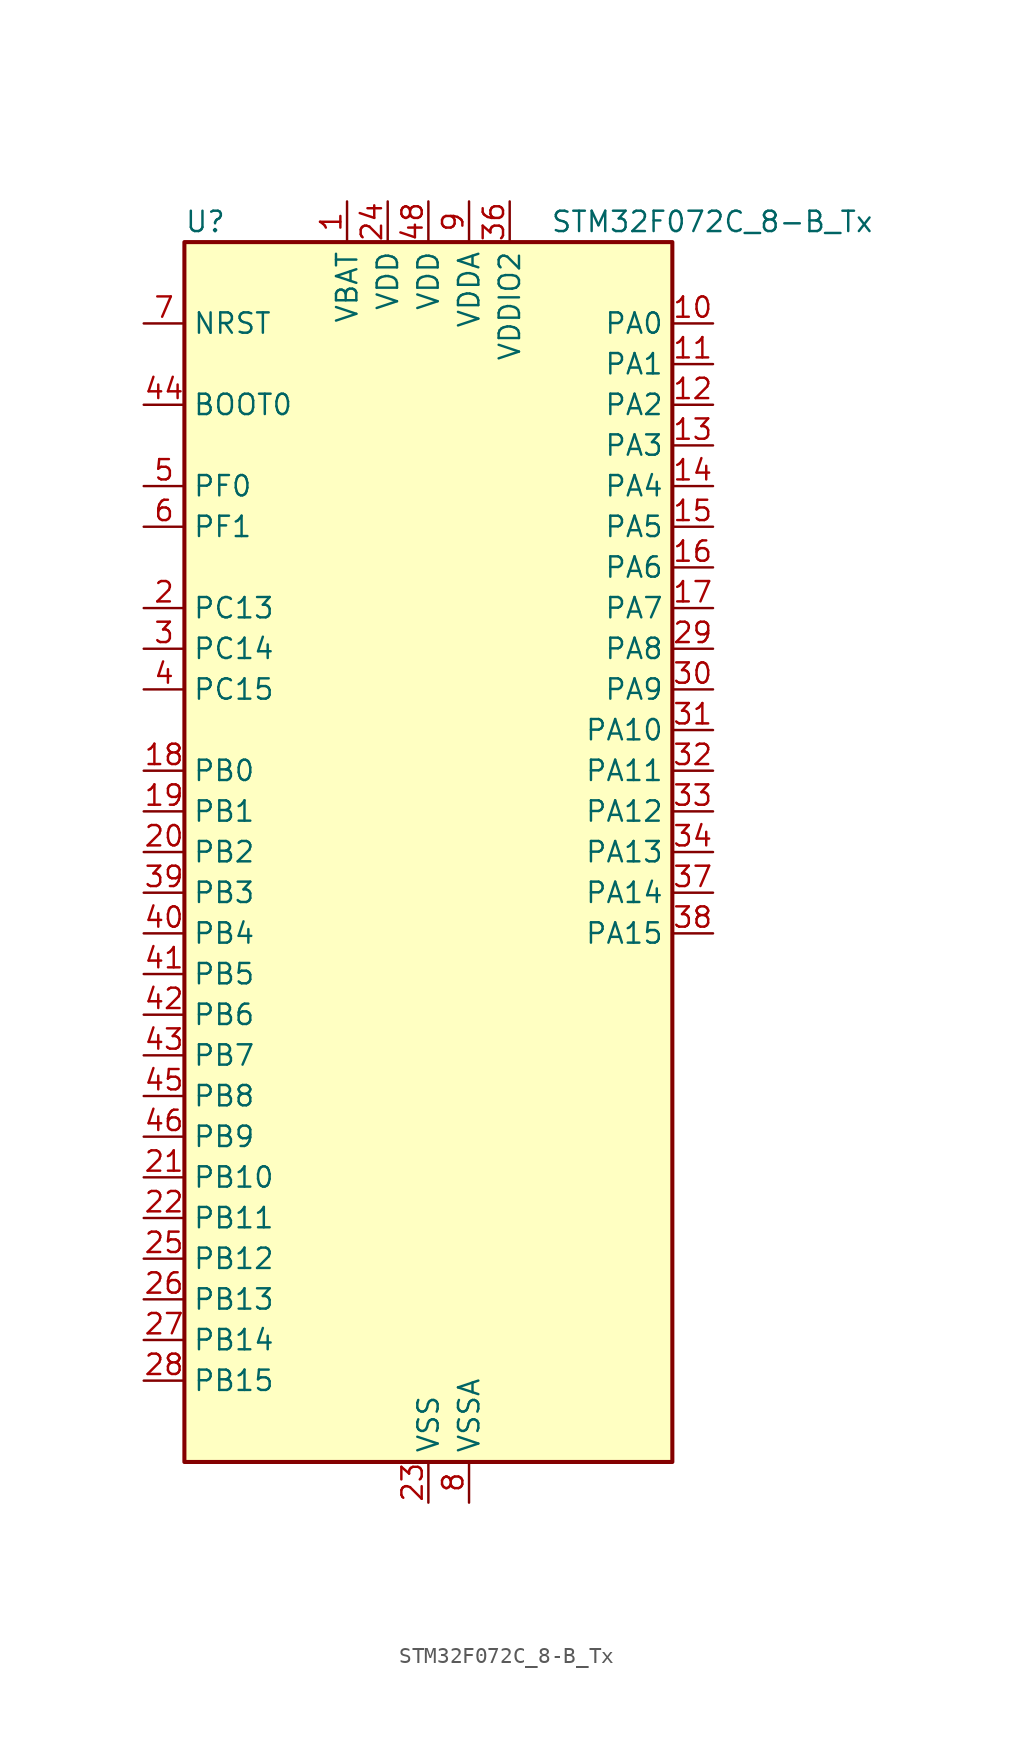
<source format=kicad_sym>
(kicad_symbol_lib
  (version 20241209)
  (generator "kicad_symbol_editor")
  (generator_version "9.0")
  (symbol "STM32F072C_8-B_Tx"
    (property "Reference" "U"
      (at -15.24 39.37 0)
      (effects (font (size 1.27 1.27)) (justify left)))
    (property "Value" "STM32F072C_8-B_Tx"
      (at 7.62 39.37 0)
      (effects (font (size 1.27 1.27)) (justify left)))
    (symbol "STM32F072C_8-B_Tx_0_1"
      (rectangle (start -15.24 -38.1) (end 15.24 38.1) (stroke (width 0.254) (type default)) (fill (type background))))
    (symbol "STM32F072C_8-B_Tx_1_1"
      (pin input line (at -17.78 33.02 0) (length 2.54) (name "NRST" (effects (font (size 1.27 1.27)))) (number "7" (effects (font (size 1.27 1.27)))))
      (pin input line (at -17.78 27.94 0) (length 2.54) (name "BOOT0" (effects (font (size 1.27 1.27)))) (number "44" (effects (font (size 1.27 1.27)))))
      (pin bidirectional line (at -17.78 22.86 0) (length 2.54) (name "PF0" (effects (font (size 1.27 1.27)))) (number "5" (effects (font (size 1.27 1.27)))) (alternate "CRS_SYNC" bidirectional line) (alternate "RCC_OSC_IN" bidirectional line))
      (pin bidirectional line (at -17.78 20.32 0) (length 2.54) (name "PF1" (effects (font (size 1.27 1.27)))) (number "6" (effects (font (size 1.27 1.27)))) (alternate "RCC_OSC_OUT" bidirectional line))
      (pin bidirectional line (at -17.78 15.24 0) (length 2.54) (name "PC13" (effects (font (size 1.27 1.27)))) (number "2" (effects (font (size 1.27 1.27)))) (alternate "RTC_OUT_ALARM" bidirectional line) (alternate "RTC_OUT_CALIB" bidirectional line) (alternate "RTC_TAMP1" bidirectional line) (alternate "RTC_TS" bidirectional line) (alternate "SYS_WKUP2" bidirectional line))
      (pin bidirectional line (at -17.78 12.7 0) (length 2.54) (name "PC14" (effects (font (size 1.27 1.27)))) (number "3" (effects (font (size 1.27 1.27)))) (alternate "RCC_OSC32_IN" bidirectional line))
      (pin bidirectional line (at -17.78 10.16 0) (length 2.54) (name "PC15" (effects (font (size 1.27 1.27)))) (number "4" (effects (font (size 1.27 1.27)))) (alternate "RCC_OSC32_OUT" bidirectional line))
      (pin bidirectional line (at -17.78 5.08 0) (length 2.54) (name "PB0" (effects (font (size 1.27 1.27)))) (number "18" (effects (font (size 1.27 1.27)))) (alternate "ADC_IN8" bidirectional line) (alternate "TIM1_CH2N" bidirectional line) (alternate "TIM3_CH3" bidirectional line) (alternate "TSC_G3_IO2" bidirectional line) (alternate "USART3_CK" bidirectional line))
      (pin bidirectional line (at -17.78 2.54 0) (length 2.54) (name "PB1" (effects (font (size 1.27 1.27)))) (number "19" (effects (font (size 1.27 1.27)))) (alternate "ADC_IN9" bidirectional line) (alternate "TIM14_CH1" bidirectional line) (alternate "TIM1_CH3N" bidirectional line) (alternate "TIM3_CH4" bidirectional line) (alternate "TSC_G3_IO3" bidirectional line) (alternate "USART3_DE" bidirectional line) (alternate "USART3_RTS" bidirectional line))
      (pin bidirectional line (at -17.78 0 0) (length 2.54) (name "PB2" (effects (font (size 1.27 1.27)))) (number "20" (effects (font (size 1.27 1.27)))) (alternate "TSC_G3_IO4" bidirectional line))
      (pin bidirectional line (at -17.78 -2.54 0) (length 2.54) (name "PB3" (effects (font (size 1.27 1.27)))) (number "39" (effects (font (size 1.27 1.27)))) (alternate "I2S1_CK" bidirectional line) (alternate "SPI1_SCK" bidirectional line) (alternate "TIM2_CH2" bidirectional line) (alternate "TSC_G5_IO1" bidirectional line))
      (pin bidirectional line (at -17.78 -5.08 0) (length 2.54) (name "PB4" (effects (font (size 1.27 1.27)))) (number "40" (effects (font (size 1.27 1.27)))) (alternate "I2S1_MCK" bidirectional line) (alternate "SPI1_MISO" bidirectional line) (alternate "TIM17_BKIN" bidirectional line) (alternate "TIM3_CH1" bidirectional line) (alternate "TSC_G5_IO2" bidirectional line))
      (pin bidirectional line (at -17.78 -7.62 0) (length 2.54) (name "PB5" (effects (font (size 1.27 1.27)))) (number "41" (effects (font (size 1.27 1.27)))) (alternate "I2C1_SMBA" bidirectional line) (alternate "I2S1_SD" bidirectional line) (alternate "SPI1_MOSI" bidirectional line) (alternate "SYS_WKUP6" bidirectional line) (alternate "TIM16_BKIN" bidirectional line) (alternate "TIM3_CH2" bidirectional line))
      (pin bidirectional line (at -17.78 -10.16 0) (length 2.54) (name "PB6" (effects (font (size 1.27 1.27)))) (number "42" (effects (font (size 1.27 1.27)))) (alternate "I2C1_SCL" bidirectional line) (alternate "TIM16_CH1N" bidirectional line) (alternate "TSC_G5_IO3" bidirectional line) (alternate "USART1_TX" bidirectional line))
      (pin bidirectional line (at -17.78 -12.7 0) (length 2.54) (name "PB7" (effects (font (size 1.27 1.27)))) (number "43" (effects (font (size 1.27 1.27)))) (alternate "I2C1_SDA" bidirectional line) (alternate "TIM17_CH1N" bidirectional line) (alternate "TSC_G5_IO4" bidirectional line) (alternate "USART1_RX" bidirectional line) (alternate "USART4_CTS" bidirectional line))
      (pin bidirectional line (at -17.78 -15.24 0) (length 2.54) (name "PB8" (effects (font (size 1.27 1.27)))) (number "45" (effects (font (size 1.27 1.27)))) (alternate "CAN_RX" bidirectional line) (alternate "CEC" bidirectional line) (alternate "I2C1_SCL" bidirectional line) (alternate "TIM16_CH1" bidirectional line) (alternate "TSC_SYNC" bidirectional line))
      (pin bidirectional line (at -17.78 -17.78 0) (length 2.54) (name "PB9" (effects (font (size 1.27 1.27)))) (number "46" (effects (font (size 1.27 1.27)))) (alternate "CAN_TX" bidirectional line) (alternate "DAC_EXTI9" bidirectional line) (alternate "I2C1_SDA" bidirectional line) (alternate "I2S2_WS" bidirectional line) (alternate "IR_OUT" bidirectional line) (alternate "SPI2_NSS" bidirectional line) (alternate "TIM17_CH1" bidirectional line))
      (pin bidirectional line (at -17.78 -20.32 0) (length 2.54) (name "PB10" (effects (font (size 1.27 1.27)))) (number "21" (effects (font (size 1.27 1.27)))) (alternate "CEC" bidirectional line) (alternate "I2C2_SCL" bidirectional line) (alternate "I2S2_CK" bidirectional line) (alternate "SPI2_SCK" bidirectional line) (alternate "TIM2_CH3" bidirectional line) (alternate "TSC_SYNC" bidirectional line) (alternate "USART3_TX" bidirectional line))
      (pin bidirectional line (at -17.78 -22.86 0) (length 2.54) (name "PB11" (effects (font (size 1.27 1.27)))) (number "22" (effects (font (size 1.27 1.27)))) (alternate "I2C2_SDA" bidirectional line) (alternate "TIM2_CH4" bidirectional line) (alternate "TSC_G6_IO1" bidirectional line) (alternate "USART3_RX" bidirectional line))
      (pin bidirectional line (at -17.78 -25.4 0) (length 2.54) (name "PB12" (effects (font (size 1.27 1.27)))) (number "25" (effects (font (size 1.27 1.27)))) (alternate "I2S2_WS" bidirectional line) (alternate "SPI2_NSS" bidirectional line) (alternate "TIM15_BKIN" bidirectional line) (alternate "TIM1_BKIN" bidirectional line) (alternate "TSC_G6_IO2" bidirectional line) (alternate "USART3_CK" bidirectional line))
      (pin bidirectional line (at -17.78 -27.94 0) (length 2.54) (name "PB13" (effects (font (size 1.27 1.27)))) (number "26" (effects (font (size 1.27 1.27)))) (alternate "I2C2_SCL" bidirectional line) (alternate "I2S2_CK" bidirectional line) (alternate "SPI2_SCK" bidirectional line) (alternate "TIM1_CH1N" bidirectional line) (alternate "TSC_G6_IO3" bidirectional line) (alternate "USART3_CTS" bidirectional line))
      (pin bidirectional line (at -17.78 -30.48 0) (length 2.54) (name "PB14" (effects (font (size 1.27 1.27)))) (number "27" (effects (font (size 1.27 1.27)))) (alternate "I2C2_SDA" bidirectional line) (alternate "I2S2_MCK" bidirectional line) (alternate "SPI2_MISO" bidirectional line) (alternate "TIM15_CH1" bidirectional line) (alternate "TIM1_CH2N" bidirectional line) (alternate "TSC_G6_IO4" bidirectional line) (alternate "USART3_DE" bidirectional line) (alternate "USART3_RTS" bidirectional line))
      (pin bidirectional line (at -17.78 -33.02 0) (length 2.54) (name "PB15" (effects (font (size 1.27 1.27)))) (number "28" (effects (font (size 1.27 1.27)))) (alternate "I2S2_SD" bidirectional line) (alternate "RTC_REFIN" bidirectional line) (alternate "SPI2_MOSI" bidirectional line) (alternate "SYS_WKUP7" bidirectional line) (alternate "TIM15_CH1N" bidirectional line) (alternate "TIM15_CH2" bidirectional line) (alternate "TIM1_CH3N" bidirectional line))
      (pin power_in line (at -5.08 40.64 270) (length 2.54) (name "VBAT" (effects (font (size 1.27 1.27)))) (number "1" (effects (font (size 1.27 1.27)))))
      (pin power_in line (at -2.54 40.64 270) (length 2.54) (name "VDD" (effects (font (size 1.27 1.27)))) (number "24" (effects (font (size 1.27 1.27)))))
      (pin power_in line (at 0 40.64 270) (length 2.54) (name "VDD" (effects (font (size 1.27 1.27)))) (number "48" (effects (font (size 1.27 1.27)))))
      (pin power_in line (at 0 -40.64 90) (length 2.54) (name "VSS" (effects (font (size 1.27 1.27)))) (number "23" (effects (font (size 1.27 1.27)))))
      (pin passive line (at 0 -40.64 90) (length 2.54) (hide yes) (name "VSS" (effects (font (size 1.27 1.27)))) (number "35" (effects (font (size 1.27 1.27)))))
      (pin passive line (at 0 -40.64 90) (length 2.54) (hide yes) (name "VSS" (effects (font (size 1.27 1.27)))) (number "47" (effects (font (size 1.27 1.27)))))
      (pin power_in line (at 2.54 40.64 270) (length 2.54) (name "VDDA" (effects (font (size 1.27 1.27)))) (number "9" (effects (font (size 1.27 1.27)))))
      (pin power_in line (at 2.54 -40.64 90) (length 2.54) (name "VSSA" (effects (font (size 1.27 1.27)))) (number "8" (effects (font (size 1.27 1.27)))))
      (pin power_in line (at 5.08 40.64 270) (length 2.54) (name "VDDIO2" (effects (font (size 1.27 1.27)))) (number "36" (effects (font (size 1.27 1.27)))))
      (pin bidirectional line (at 17.78 33.02 180) (length 2.54) (name "PA0" (effects (font (size 1.27 1.27)))) (number "10" (effects (font (size 1.27 1.27)))) (alternate "ADC_IN0" bidirectional line) (alternate "COMP1_INM" bidirectional line) (alternate "COMP1_OUT" bidirectional line) (alternate "RTC_TAMP2" bidirectional line) (alternate "SYS_WKUP1" bidirectional line) (alternate "TIM2_CH1" bidirectional line) (alternate "TIM2_ETR" bidirectional line) (alternate "TSC_G1_IO1" bidirectional line) (alternate "USART2_CTS" bidirectional line) (alternate "USART4_TX" bidirectional line))
      (pin bidirectional line (at 17.78 30.48 180) (length 2.54) (name "PA1" (effects (font (size 1.27 1.27)))) (number "11" (effects (font (size 1.27 1.27)))) (alternate "ADC_IN1" bidirectional line) (alternate "COMP1_INP" bidirectional line) (alternate "TIM15_CH1N" bidirectional line) (alternate "TIM2_CH2" bidirectional line) (alternate "TSC_G1_IO2" bidirectional line) (alternate "USART2_DE" bidirectional line) (alternate "USART2_RTS" bidirectional line) (alternate "USART4_RX" bidirectional line))
      (pin bidirectional line (at 17.78 27.94 180) (length 2.54) (name "PA2" (effects (font (size 1.27 1.27)))) (number "12" (effects (font (size 1.27 1.27)))) (alternate "ADC_IN2" bidirectional line) (alternate "COMP2_INM" bidirectional line) (alternate "COMP2_OUT" bidirectional line) (alternate "SYS_WKUP4" bidirectional line) (alternate "TIM15_CH1" bidirectional line) (alternate "TIM2_CH3" bidirectional line) (alternate "TSC_G1_IO3" bidirectional line) (alternate "USART2_TX" bidirectional line))
      (pin bidirectional line (at 17.78 25.4 180) (length 2.54) (name "PA3" (effects (font (size 1.27 1.27)))) (number "13" (effects (font (size 1.27 1.27)))) (alternate "ADC_IN3" bidirectional line) (alternate "COMP2_INP" bidirectional line) (alternate "TIM15_CH2" bidirectional line) (alternate "TIM2_CH4" bidirectional line) (alternate "TSC_G1_IO4" bidirectional line) (alternate "USART2_RX" bidirectional line))
      (pin bidirectional line (at 17.78 22.86 180) (length 2.54) (name "PA4" (effects (font (size 1.27 1.27)))) (number "14" (effects (font (size 1.27 1.27)))) (alternate "ADC_IN4" bidirectional line) (alternate "COMP1_INM" bidirectional line) (alternate "COMP2_INM" bidirectional line) (alternate "DAC_OUT1" bidirectional line) (alternate "I2S1_WS" bidirectional line) (alternate "SPI1_NSS" bidirectional line) (alternate "TIM14_CH1" bidirectional line) (alternate "TSC_G2_IO1" bidirectional line) (alternate "USART2_CK" bidirectional line))
      (pin bidirectional line (at 17.78 20.32 180) (length 2.54) (name "PA5" (effects (font (size 1.27 1.27)))) (number "15" (effects (font (size 1.27 1.27)))) (alternate "ADC_IN5" bidirectional line) (alternate "CEC" bidirectional line) (alternate "COMP1_INM" bidirectional line) (alternate "COMP2_INM" bidirectional line) (alternate "DAC_OUT2" bidirectional line) (alternate "I2S1_CK" bidirectional line) (alternate "SPI1_SCK" bidirectional line) (alternate "TIM2_CH1" bidirectional line) (alternate "TIM2_ETR" bidirectional line) (alternate "TSC_G2_IO2" bidirectional line))
      (pin bidirectional line (at 17.78 17.78 180) (length 2.54) (name "PA6" (effects (font (size 1.27 1.27)))) (number "16" (effects (font (size 1.27 1.27)))) (alternate "ADC_IN6" bidirectional line) (alternate "COMP1_OUT" bidirectional line) (alternate "I2S1_MCK" bidirectional line) (alternate "SPI1_MISO" bidirectional line) (alternate "TIM16_CH1" bidirectional line) (alternate "TIM1_BKIN" bidirectional line) (alternate "TIM3_CH1" bidirectional line) (alternate "TSC_G2_IO3" bidirectional line) (alternate "USART3_CTS" bidirectional line))
      (pin bidirectional line (at 17.78 15.24 180) (length 2.54) (name "PA7" (effects (font (size 1.27 1.27)))) (number "17" (effects (font (size 1.27 1.27)))) (alternate "ADC_IN7" bidirectional line) (alternate "COMP2_OUT" bidirectional line) (alternate "I2S1_SD" bidirectional line) (alternate "SPI1_MOSI" bidirectional line) (alternate "TIM14_CH1" bidirectional line) (alternate "TIM17_CH1" bidirectional line) (alternate "TIM1_CH1N" bidirectional line) (alternate "TIM3_CH2" bidirectional line) (alternate "TSC_G2_IO4" bidirectional line))
      (pin bidirectional line (at 17.78 12.7 180) (length 2.54) (name "PA8" (effects (font (size 1.27 1.27)))) (number "29" (effects (font (size 1.27 1.27)))) (alternate "CRS_SYNC" bidirectional line) (alternate "RCC_MCO" bidirectional line) (alternate "TIM1_CH1" bidirectional line) (alternate "USART1_CK" bidirectional line))
      (pin bidirectional line (at 17.78 10.16 180) (length 2.54) (name "PA9" (effects (font (size 1.27 1.27)))) (number "30" (effects (font (size 1.27 1.27)))) (alternate "DAC_EXTI9" bidirectional line) (alternate "TIM15_BKIN" bidirectional line) (alternate "TIM1_CH2" bidirectional line) (alternate "TSC_G4_IO1" bidirectional line) (alternate "USART1_TX" bidirectional line))
      (pin bidirectional line (at 17.78 7.62 180) (length 2.54) (name "PA10" (effects (font (size 1.27 1.27)))) (number "31" (effects (font (size 1.27 1.27)))) (alternate "TIM17_BKIN" bidirectional line) (alternate "TIM1_CH3" bidirectional line) (alternate "TSC_G4_IO2" bidirectional line) (alternate "USART1_RX" bidirectional line))
      (pin bidirectional line (at 17.78 5.08 180) (length 2.54) (name "PA11" (effects (font (size 1.27 1.27)))) (number "32" (effects (font (size 1.27 1.27)))) (alternate "CAN_RX" bidirectional line) (alternate "COMP1_OUT" bidirectional line) (alternate "TIM1_CH4" bidirectional line) (alternate "TSC_G4_IO3" bidirectional line) (alternate "USART1_CTS" bidirectional line) (alternate "USB_DM" bidirectional line))
      (pin bidirectional line (at 17.78 2.54 180) (length 2.54) (name "PA12" (effects (font (size 1.27 1.27)))) (number "33" (effects (font (size 1.27 1.27)))) (alternate "CAN_TX" bidirectional line) (alternate "COMP2_OUT" bidirectional line) (alternate "TIM1_ETR" bidirectional line) (alternate "TSC_G4_IO4" bidirectional line) (alternate "USART1_DE" bidirectional line) (alternate "USART1_RTS" bidirectional line) (alternate "USB_DP" bidirectional line))
      (pin bidirectional line (at 17.78 0 180) (length 2.54) (name "PA13" (effects (font (size 1.27 1.27)))) (number "34" (effects (font (size 1.27 1.27)))) (alternate "IR_OUT" bidirectional line) (alternate "SYS_SWDIO" bidirectional line) (alternate "USB_NOE" bidirectional line))
      (pin bidirectional line (at 17.78 -2.54 180) (length 2.54) (name "PA14" (effects (font (size 1.27 1.27)))) (number "37" (effects (font (size 1.27 1.27)))) (alternate "SYS_SWCLK" bidirectional line) (alternate "USART2_TX" bidirectional line))
      (pin bidirectional line (at 17.78 -5.08 180) (length 2.54) (name "PA15" (effects (font (size 1.27 1.27)))) (number "38" (effects (font (size 1.27 1.27)))) (alternate "I2S1_WS" bidirectional line) (alternate "SPI1_NSS" bidirectional line) (alternate "TIM2_CH1" bidirectional line) (alternate "TIM2_ETR" bidirectional line) (alternate "USART2_RX" bidirectional line) (alternate "USART4_DE" bidirectional line) (alternate "USART4_RTS" bidirectional line)))))
</source>
